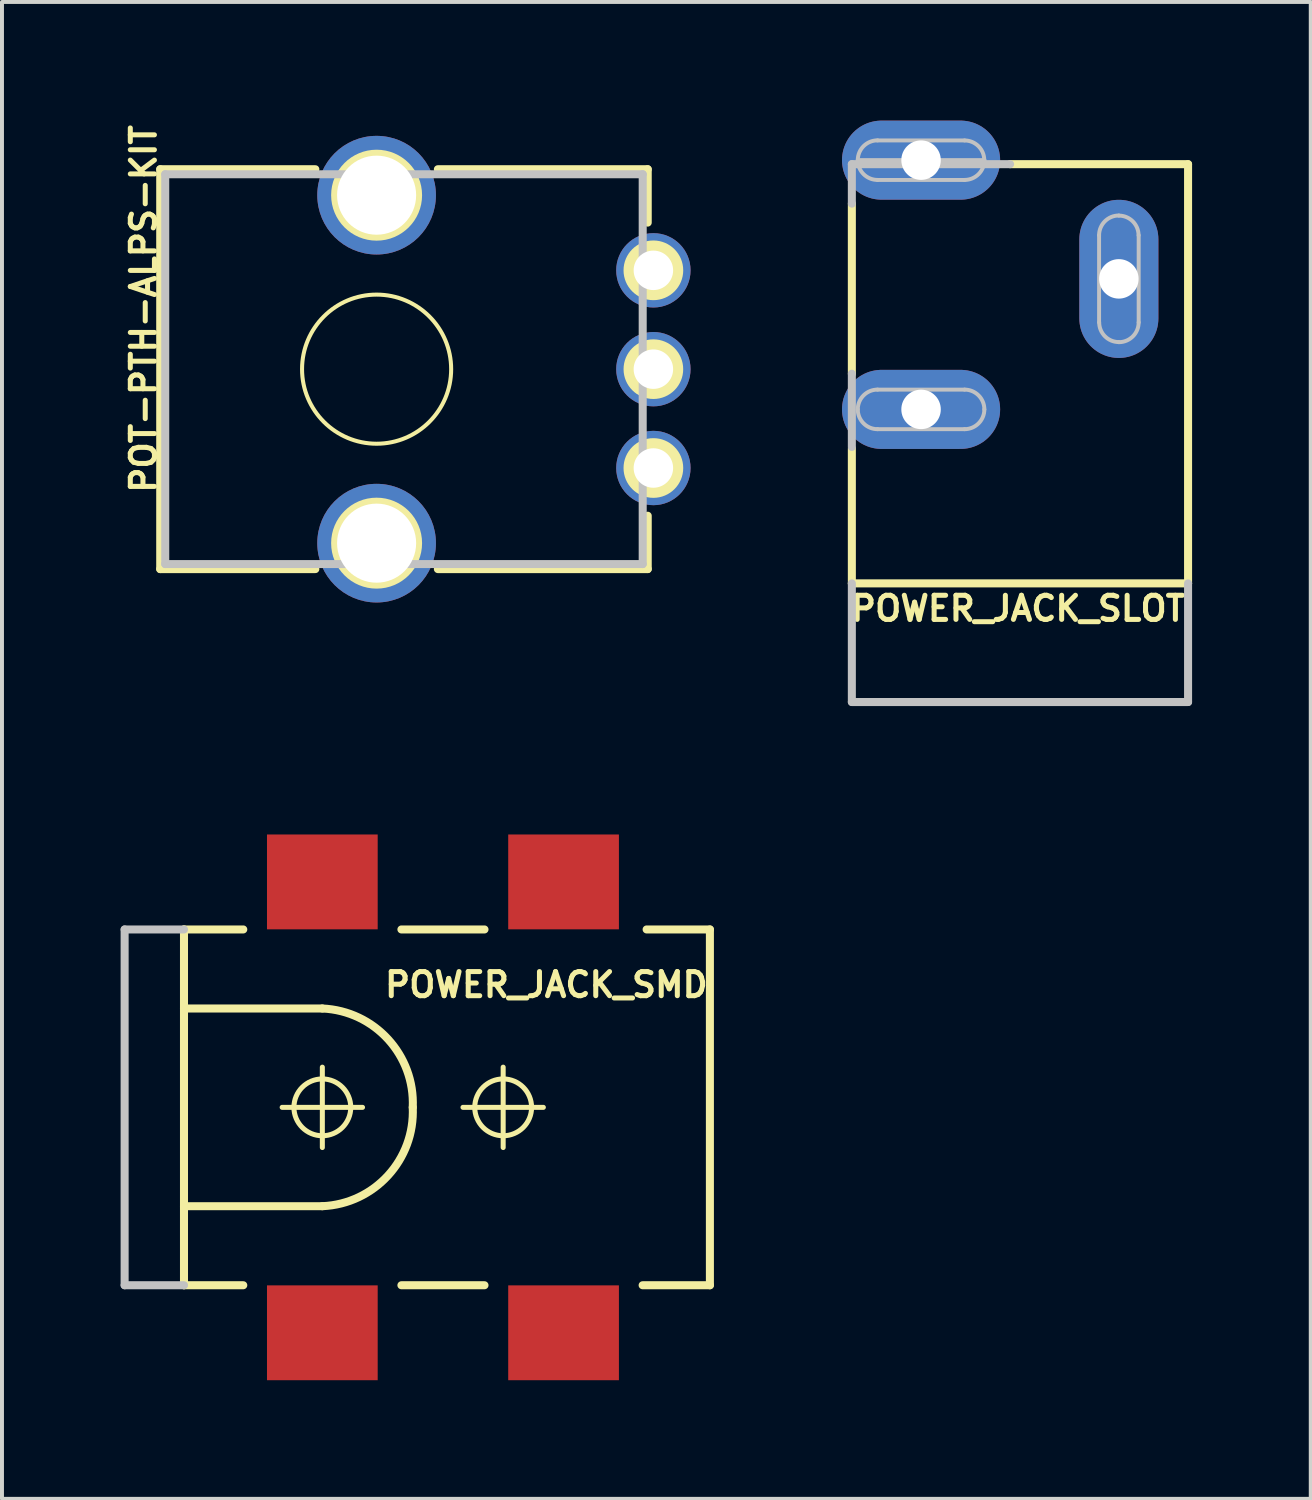
<source format=kicad_pcb>
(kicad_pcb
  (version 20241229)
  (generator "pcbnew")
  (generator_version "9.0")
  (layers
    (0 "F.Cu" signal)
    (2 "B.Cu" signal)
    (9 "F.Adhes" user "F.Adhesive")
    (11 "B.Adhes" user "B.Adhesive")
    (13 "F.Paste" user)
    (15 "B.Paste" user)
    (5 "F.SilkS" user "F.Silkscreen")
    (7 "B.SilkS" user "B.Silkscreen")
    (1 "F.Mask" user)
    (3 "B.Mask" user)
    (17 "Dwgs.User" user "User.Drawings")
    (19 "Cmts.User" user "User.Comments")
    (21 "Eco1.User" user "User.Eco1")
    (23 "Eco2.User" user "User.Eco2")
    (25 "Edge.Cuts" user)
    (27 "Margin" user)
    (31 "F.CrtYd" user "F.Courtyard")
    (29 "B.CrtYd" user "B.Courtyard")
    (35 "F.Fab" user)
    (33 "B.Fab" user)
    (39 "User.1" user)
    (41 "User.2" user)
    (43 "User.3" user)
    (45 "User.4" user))
  (footprint "POWER_JACK_SLOT"
    (layer "F.Cu")
    (at 17.66 14.799)
    (property "Reference" "POWER_JACK_SLOT" (at 5.029 -2.464 0) (layer "F.SilkS") (effects (font (size 0.61 0.61) (thickness 0.127))))
    (attr exclude_from_pos_files exclude_from_bom)
    (fp_line (start 0.828 -12.7) (end 0.828 -8.4) (stroke (width 0.203) (type solid)) (layer "F.SilkS"))
    (fp_line (start 0.828 -6.507) (end 0.828 -3.099) (stroke (width 0.203) (type solid)) (layer "F.SilkS"))
    (fp_line (start 0.828 -3.099) (end 9.329 -3.099) (stroke (width 0.203) (type solid)) (layer "F.SilkS"))
    (fp_line (start 9.329 -13.698) (end 4.829 -13.698) (stroke (width 0.203) (type solid)) (layer "F.SilkS"))
    (fp_line (start 9.329 -3.099) (end 9.279 -3.099) (stroke (width 0.203) (type solid)) (layer "F.SilkS"))
    (fp_line (start 9.329 -3.099) (end 9.329 -13.698) (stroke (width 0.203) (type solid)) (layer "F.SilkS"))
    (fp_line (start 0.828 -13.698) (end 0.828 -12.7) (stroke (width 0.203) (type solid)) (layer "Dwgs.User"))
    (fp_line (start 0.828 -8.4) (end 0.828 -6.548) (stroke (width 0.203) (type solid)) (layer "Dwgs.User"))
    (fp_line (start 0.828 -3.099) (end 0.828 -0.099) (stroke (width 0.203) (type solid)) (layer "Dwgs.User"))
    (fp_line (start 0.978 -13.8) (end 4.178 -13.8) (stroke (width 0.1) (type solid)) (layer "Dwgs.User"))
    (fp_line (start 1.478 -14.298) (end 3.678 -14.298) (stroke (width 0.1) (type solid)) (layer "Dwgs.User"))
    (fp_line (start 1.478 -7.998) (end 3.678 -7.998) (stroke (width 0.1) (type solid)) (layer "Dwgs.User"))
    (fp_line (start 3.678 -13.299) (end 1.478 -13.299) (stroke (width 0.1) (type solid)) (layer "Dwgs.User"))
    (fp_line (start 3.678 -6.998) (end 1.478 -6.998) (stroke (width 0.1) (type solid)) (layer "Dwgs.User"))
    (fp_line (start 4.829 -13.698) (end 0.828 -13.698) (stroke (width 0.203) (type solid)) (layer "Dwgs.User"))
    (fp_line (start 7.079 -9.698) (end 7.079 -11.9) (stroke (width 0.1) (type solid)) (layer "Dwgs.User"))
    (fp_line (start 8.08 -11.9) (end 8.08 -9.698) (stroke (width 0.1) (type solid)) (layer "Dwgs.User"))
    (fp_line (start 9.329 -0.099) (end 0.828 -0.099) (stroke (width 0.203) (type solid)) (layer "Dwgs.User"))
    (fp_line (start 9.329 -0.099) (end 9.329 -3.099) (stroke (width 0.203) (type solid)) (layer "Dwgs.User"))
    (fp_arc (start 0.9779 -13.79982) (mid 1.124458 -14.153642) (end 1.47828 -14.3002) (stroke (width 0.1) (type solid)) (layer "Dwgs.User"))
    (fp_arc (start 0.9779 -7.49808) (mid 1.124458 -7.851902) (end 1.47828 -7.99846) (stroke (width 0.1) (type solid)) (layer "Dwgs.User"))
    (fp_arc (start 1.47828 -13.29944) (mid 1.124458 -13.445998) (end 0.9779 -13.79982) (stroke (width 0.1) (type solid)) (layer "Dwgs.User"))
    (fp_arc (start 1.47828 -6.9977) (mid 1.124458 -7.144258) (end 0.9779 -7.49808) (stroke (width 0.1) (type solid)) (layer "Dwgs.User"))
    (fp_arc (start 3.67792 -14.29766) (mid 4.029946 -14.151846) (end 4.17576 -13.79982) (stroke (width 0.1) (type solid)) (layer "Dwgs.User"))
    (fp_arc (start 3.67792 -7.99846) (mid 4.031742 -7.851902) (end 4.1783 -7.49808) (stroke (width 0.1) (type solid)) (layer "Dwgs.User"))
    (fp_arc (start 4.1783 -13.79982) (mid 4.031742 -13.445998) (end 3.67792 -13.29944) (stroke (width 0.1) (type solid)) (layer "Dwgs.User"))
    (fp_arc (start 4.1783 -7.49808) (mid 4.031742 -7.144258) (end 3.67792 -6.9977) (stroke (width 0.1) (type solid)) (layer "Dwgs.User"))
    (fp_arc (start 7.07898 -11.8999) (mid 7.225538 -12.253722) (end 7.57936 -12.40028) (stroke (width 0.1) (type solid)) (layer "Dwgs.User"))
    (fp_arc (start 7.57936 -12.39774) (mid 7.931386 -12.251926) (end 8.0772 -11.8999) (stroke (width 0.1) (type solid)) (layer "Dwgs.User"))
    (fp_arc (start 7.57936 -9.19988) (mid 7.227334 -9.345694) (end 7.08152 -9.69772) (stroke (width 0.1) (type solid)) (layer "Dwgs.User"))
    (fp_arc (start 8.07974 -9.69772) (mid 7.933182 -9.343898) (end 7.57936 -9.19734) (stroke (width 0.1) (type solid)) (layer "Dwgs.User"))
    (pad "GND@" thru_hole oval (at 2.578 -7.498 90) (size 1.999 3.998) (drill 0.998) (layers "*.Cu" "*.Paste" "*.Mask"))
    (pad "GND@" thru_hole oval (at 7.579 -10.798 180) (size 1.999 3.998) (drill 0.998) (layers "*.Cu" "*.Paste" "*.Mask"))
    (pad "PWR" thru_hole oval (at 2.578 -13.8 90) (size 1.999 3.998) (drill 0.998) (layers "*.Cu" "*.Paste" "*.Mask")))
  (footprint "POT-PTH-ALPS-KIT"
    (layer "F.Cu")
    (at 6.472 6.284)
    (property "Reference" "POT-PTH-ALPS-KIT" (at -5.893 -1.524 90) (layer "F.SilkS") (effects (font (size 0.61 0.61) (thickness 0.127))))
    (attr exclude_from_pos_files exclude_from_bom)
    (fp_line (start -5.471 -5.055) (end -1.549 -5.055) (stroke (width 0.203) (type solid)) (layer "F.SilkS"))
    (fp_line (start -5.471 5.055) (end -5.471 -5.055) (stroke (width 0.203) (type solid)) (layer "F.SilkS"))
    (fp_line (start -1.549 5.055) (end -5.471 5.055) (stroke (width 0.203) (type solid)) (layer "F.SilkS"))
    (fp_line (start 1.549 -5.055) (end 6.855 -5.055) (stroke (width 0.203) (type solid)) (layer "F.SilkS"))
    (fp_line (start 6.855 -5.055) (end 6.855 -3.706) (stroke (width 0.203) (type solid)) (layer "F.SilkS"))
    (fp_line (start 6.855 3.706) (end 6.855 5.055) (stroke (width 0.203) (type solid)) (layer "F.SilkS"))
    (fp_line (start 6.855 5.055) (end 1.549 5.055) (stroke (width 0.203) (type solid)) (layer "F.SilkS"))
    (fp_circle (center 0 -4.399) (end -0.813 -5.212) (stroke (width 0) (type solid)) (fill yes) (layer "F.SilkS"))
    (fp_circle (center 0 -4.399) (end -0.498 -4.897) (stroke (width 0) (type solid)) (fill yes) (layer "F.SilkS"))
    (fp_circle (center 0 0) (end -1.333 1.333) (stroke (width 0.102) (type solid)) (fill no) (layer "F.SilkS"))
    (fp_circle (center 0 4.399) (end -0.813 5.212) (stroke (width 0) (type solid)) (fill yes) (layer "F.SilkS"))
    (fp_circle (center 0 4.399) (end -0.498 4.897) (stroke (width 0) (type solid)) (fill yes) (layer "F.SilkS"))
    (fp_circle (center 6.998 -2.499) (end 7.247 -2.748) (stroke (width 0) (type solid)) (fill yes) (layer "F.SilkS"))
    (fp_circle (center 6.998 -2.499) (end 7.531 -3.033) (stroke (width 0) (type solid)) (fill yes) (layer "F.SilkS"))
    (fp_circle (center 6.998 0) (end 7.247 0.249) (stroke (width 0) (type solid)) (fill yes) (layer "F.SilkS"))
    (fp_circle (center 6.998 0) (end 7.531 0.533) (stroke (width 0) (type solid)) (fill yes) (layer "F.SilkS"))
    (fp_circle (center 6.998 2.499) (end 7.247 2.748) (stroke (width 0) (type solid)) (fill yes) (layer "F.SilkS"))
    (fp_circle (center 6.998 2.499) (end 7.531 3.033) (stroke (width 0) (type solid)) (fill yes) (layer "F.SilkS"))
    (fp_line (start -5.344 -4.928) (end 6.728 -4.928) (stroke (width 0.203) (type solid)) (layer "Dwgs.User"))
    (fp_line (start -5.344 4.928) (end -5.344 -4.928) (stroke (width 0.203) (type solid)) (layer "Dwgs.User"))
    (fp_line (start 6.728 -4.928) (end 6.728 4.928) (stroke (width 0.203) (type solid)) (layer "Dwgs.User"))
    (fp_line (start 6.728 4.928) (end -5.344 4.928) (stroke (width 0.203) (type solid)) (layer "Dwgs.User"))
    (pad "P$1" thru_hole circle (at 6.998 2.499) (size 1.88 1.88) (drill 0.998) (layers "*.Cu" "*.Paste" "*.Mask"))
    (pad "P$2" thru_hole circle (at 6.998 0) (size 1.88 1.88) (drill 0.998) (layers "*.Cu" "*.Paste" "*.Mask"))
    (pad "P$3" thru_hole circle (at 6.998 -2.499) (size 1.88 1.88) (drill 0.998) (layers "*.Cu" "*.Paste" "*.Mask"))
    (pad "P$4" thru_hole circle (at 0 4.399) (size 3 3) (drill 1.999) (layers "*.Cu" "*.Paste" "*.Mask"))
    (pad "P$5" thru_hole circle (at 0 -4.399) (size 3 3) (drill 1.999) (layers "*.Cu" "*.Paste" "*.Mask")))
  (footprint "POWER_JACK_SMD"
    (layer "F.Cu")
    (at 5.1 24.948)
    (property "Reference" "POWER_JACK_SMD" (at 5.664 -3.099 0) (layer "F.SilkS") (effects (font (size 0.61 0.61) (thickness 0.127))))
    (attr smd)
    (fp_line (start -3.498 -4.498) (end -3.498 -2.499) (stroke (width 0.203) (type solid)) (layer "F.SilkS"))
    (fp_line (start -3.498 -4.498) (end -1.999 -4.498) (stroke (width 0.203) (type solid)) (layer "F.SilkS"))
    (fp_line (start -3.498 -2.499) (end -3.498 2.499) (stroke (width 0.203) (type solid)) (layer "F.SilkS"))
    (fp_line (start -3.498 -2.499) (end 0 -2.499) (stroke (width 0.203) (type solid)) (layer "F.SilkS"))
    (fp_line (start -3.498 2.499) (end -3.498 4.498) (stroke (width 0.203) (type solid)) (layer "F.SilkS"))
    (fp_line (start -1.999 4.498) (end -3.498 4.498) (stroke (width 0.203) (type solid)) (layer "F.SilkS"))
    (fp_line (start -1.016 0) (end 1.016 0) (stroke (width 0.127) (type solid)) (layer "F.SilkS"))
    (fp_line (start 0 1.016) (end 0 -1.016) (stroke (width 0.127) (type solid)) (layer "F.SilkS"))
    (fp_line (start 0 2.499) (end -3.498 2.499) (stroke (width 0.203) (type solid)) (layer "F.SilkS"))
    (fp_line (start 1.999 -4.498) (end 4.1 -4.498) (stroke (width 0.203) (type solid)) (layer "F.SilkS"))
    (fp_line (start 3.556 0) (end 5.588 0) (stroke (width 0.127) (type solid)) (layer "F.SilkS"))
    (fp_line (start 4.1 4.498) (end 1.999 4.498) (stroke (width 0.203) (type solid)) (layer "F.SilkS"))
    (fp_line (start 4.572 1.016) (end 4.572 -1.016) (stroke (width 0.127) (type solid)) (layer "F.SilkS"))
    (fp_line (start 8.199 -4.498) (end 9.799 -4.498) (stroke (width 0.203) (type solid)) (layer "F.SilkS"))
    (fp_line (start 9.799 -4.498) (end 9.799 4.498) (stroke (width 0.203) (type solid)) (layer "F.SilkS"))
    (fp_line (start 9.799 4.498) (end 8.098 4.498) (stroke (width 0.203) (type solid)) (layer "F.SilkS"))
    (fp_arc (start 0 -2.49936) (mid 1.660634 -1.723126) (end 2.286 0) (stroke (width 0.2032) (type solid)) (layer "F.SilkS"))
    (fp_arc (start 2.286 0) (mid 1.660634 1.723126) (end 0 2.49936) (stroke (width 0.2032) (type solid)) (layer "F.SilkS"))
    (fp_circle (center 0 0) (end -0.508 0.508) (stroke (width 0.127) (type solid)) (fill no) (layer "F.SilkS"))
    (fp_circle (center 4.572 0) (end 5.08 0.508) (stroke (width 0.127) (type solid)) (fill no) (layer "F.SilkS"))
    (fp_line (start -4.999 -4.498) (end -4.999 4.498) (stroke (width 0.203) (type solid)) (layer "Dwgs.User"))
    (fp_line (start -4.999 -4.498) (end -3.498 -4.498) (stroke (width 0.203) (type solid)) (layer "Dwgs.User"))
    (fp_line (start -3.498 4.498) (end -4.999 4.498) (stroke (width 0.203) (type solid)) (layer "Dwgs.User"))
    (pad "GND" smd rect (at 0 5.7) (size 2.799 2.398) (layers "F.Cu" "F.Mask" "F.Paste"))
    (pad "P$4" smd rect (at 6.099 5.7) (size 2.799 2.398) (layers "F.Cu" "F.Mask" "F.Paste"))
    (pad "VIN0" smd rect (at 0 -5.7) (size 2.799 2.398) (layers "F.Cu" "F.Mask" "F.Paste"))
    (pad "VIN1" smd rect (at 6.099 -5.7) (size 2.799 2.398) (layers "F.Cu" "F.Mask" "F.Paste")))
  (gr_rect
    (start -3 -3)
    (end 30.091 34.847)
    (stroke (width 0.1) (type default))
    (fill no)
    (layer "Edge.Cuts")))
</source>
